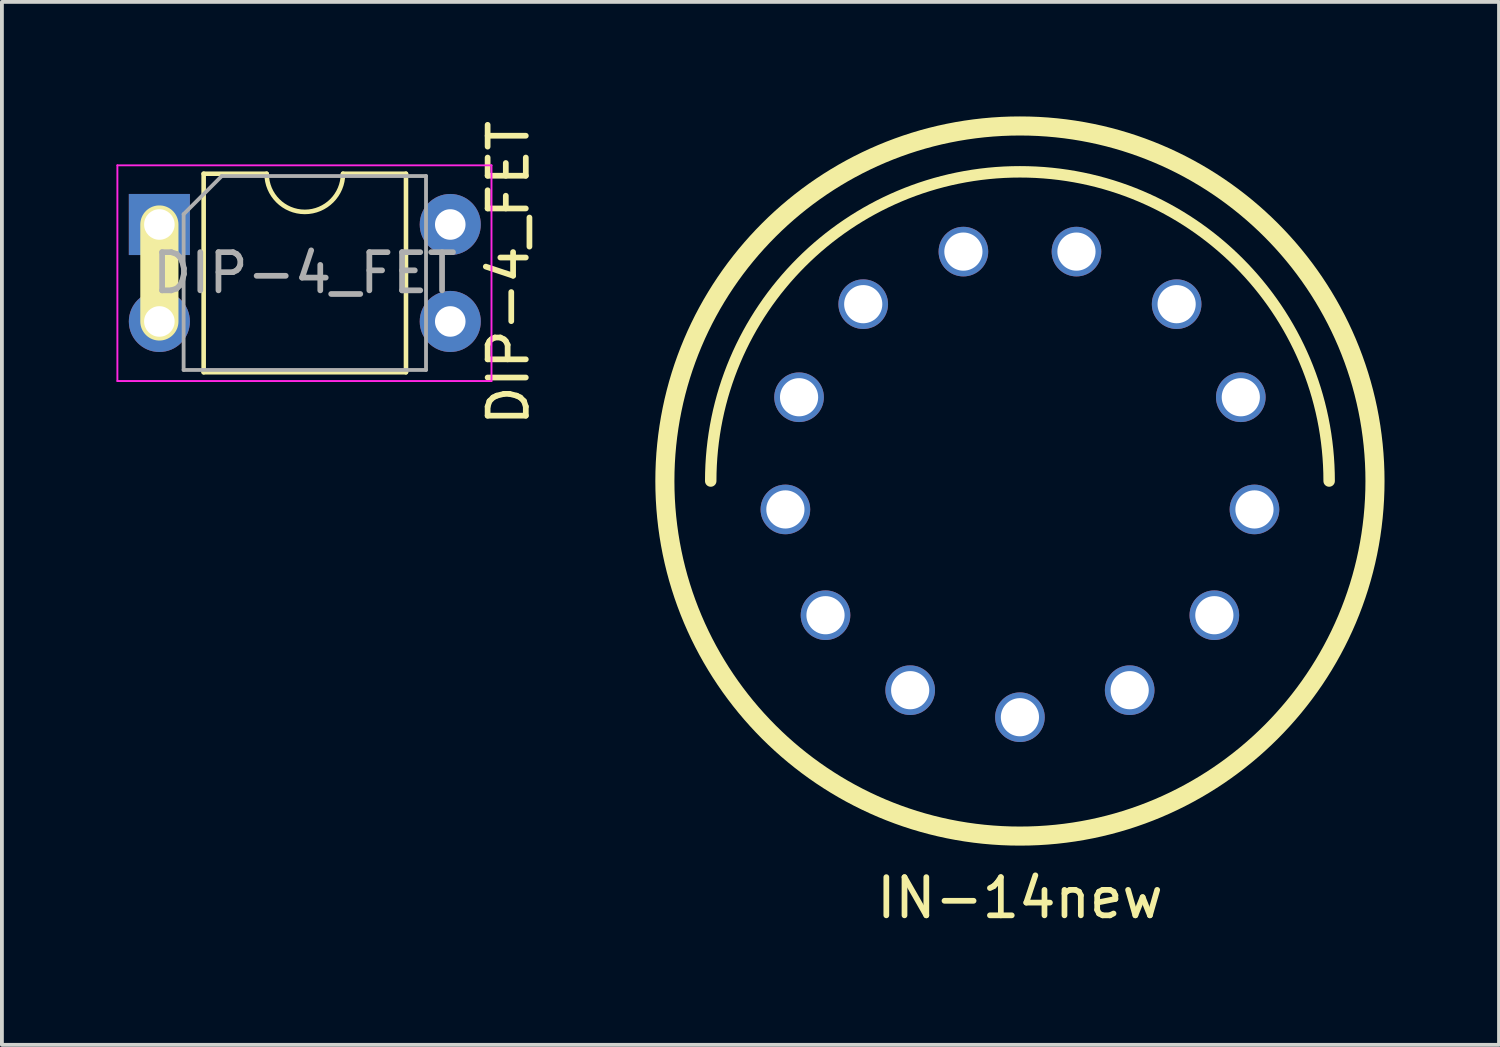
<source format=kicad_pcb>
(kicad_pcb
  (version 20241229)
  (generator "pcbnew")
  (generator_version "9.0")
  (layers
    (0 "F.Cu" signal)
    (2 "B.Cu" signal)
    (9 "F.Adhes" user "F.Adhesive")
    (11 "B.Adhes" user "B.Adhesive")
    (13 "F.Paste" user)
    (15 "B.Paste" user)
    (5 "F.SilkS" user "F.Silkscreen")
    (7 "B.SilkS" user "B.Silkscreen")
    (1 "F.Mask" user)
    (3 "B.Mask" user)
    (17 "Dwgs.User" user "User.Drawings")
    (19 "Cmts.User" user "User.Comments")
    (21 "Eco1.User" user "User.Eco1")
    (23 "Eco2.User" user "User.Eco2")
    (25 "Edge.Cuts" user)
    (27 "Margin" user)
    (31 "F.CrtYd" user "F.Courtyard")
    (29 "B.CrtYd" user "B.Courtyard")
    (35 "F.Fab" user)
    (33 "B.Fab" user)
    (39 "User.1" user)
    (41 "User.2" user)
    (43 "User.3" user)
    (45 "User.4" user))
  (footprint "DIP-4_FET"
    (layer "F.Cu")
    (at 1.125 2.831)
    (property "Reference" "DIP-4_FET" (at 9.144 1.27 270) (layer "F.SilkS") (effects (font (size 1 1) (thickness 0.15))))
    (attr through_hole)
    (fp_line (start 0 0) (end 0 2.54) (stroke (width 1) (type solid)) (layer "F.SilkS"))
    (fp_line (start 1.16 -1.33) (end 1.16 3.87) (stroke (width 0.12) (type solid)) (layer "F.SilkS"))
    (fp_line (start 1.16 3.87) (end 6.46 3.87) (stroke (width 0.12) (type solid)) (layer "F.SilkS"))
    (fp_line (start 2.81 -1.33) (end 1.16 -1.33) (stroke (width 0.12) (type solid)) (layer "F.SilkS"))
    (fp_line (start 6.46 -1.33) (end 4.81 -1.33) (stroke (width 0.12) (type solid)) (layer "F.SilkS"))
    (fp_line (start 6.46 3.87) (end 6.46 -1.33) (stroke (width 0.12) (type solid)) (layer "F.SilkS"))
    (fp_arc (start 4.81 -1.33) (mid 3.81 -0.33) (end 2.81 -1.33) (stroke (width 0.12) (type solid)) (layer "F.SilkS"))
    (fp_line (start -1.1 -1.55) (end -1.1 4.1) (stroke (width 0.05) (type solid)) (layer "F.CrtYd"))
    (fp_line (start -1.1 4.1) (end 8.7 4.1) (stroke (width 0.05) (type solid)) (layer "F.CrtYd"))
    (fp_line (start 8.7 -1.55) (end -1.1 -1.55) (stroke (width 0.05) (type solid)) (layer "F.CrtYd"))
    (fp_line (start 8.7 4.1) (end 8.7 -1.55) (stroke (width 0.05) (type solid)) (layer "F.CrtYd"))
    (fp_line (start 0.635 -0.27) (end 1.635 -1.27) (stroke (width 0.1) (type solid)) (layer "F.Fab"))
    (fp_line (start 0.635 3.81) (end 0.635 -0.27) (stroke (width 0.1) (type solid)) (layer "F.Fab"))
    (fp_line (start 1.635 -1.27) (end 6.985 -1.27) (stroke (width 0.1) (type solid)) (layer "F.Fab"))
    (fp_line (start 6.985 -1.27) (end 6.985 3.81) (stroke (width 0.1) (type solid)) (layer "F.Fab"))
    (fp_line (start 6.985 3.81) (end 0.635 3.81) (stroke (width 0.1) (type solid)) (layer "F.Fab"))
    (fp_text user "${REFERENCE}" (at 3.81 1.27 0) (layer "F.Fab") (effects (font (size 1 1) (thickness 0.15))))
    (pad "1" thru_hole oval (at 7.62 2.54) (size 1.6 1.6) (drill 0.8) (layers "*.Cu" "*.Mask"))
    (pad "2" thru_hole rect (at 0 0) (size 1.6 1.6) (drill 0.8) (layers "*.Cu" "*.Mask"))
    (pad "2" thru_hole oval (at 0 2.54) (size 1.6 1.6) (drill 0.8) (layers "*.Cu" "*.Mask"))
    (pad "3" thru_hole oval (at 7.62 0) (size 1.6 1.6) (drill 0.8) (layers "*.Cu" "*.Mask")))
  (footprint "IN-14new"
    (layer "F.Cu")
    (at 23.668 9.551)
    (property "Reference" "IN-14new" (at 0 10.922 180) (layer "F.SilkS") (effects (font (size 1 1) (thickness 0.15))))
    (attr exclude_from_pos_files exclude_from_bom)
    (fp_arc (start -8.1 0) (mid 0 -8.1) (end 8.1 0) (stroke (width 0.3) (type solid)) (layer "F.SilkS"))
    (fp_circle (center 0 0) (end 9.301 0) (stroke (width 0.5) (type solid)) (fill no) (layer "F.SilkS"))
    (pad "0" thru_hole circle (at -5.093 3.515) (size 1.3 1.3) (drill 1) (layers "*.Cu" "*.Mask"))
    (pad "1" thru_hole circle (at 5.093 3.515) (size 1.3 1.3) (drill 1) (layers "*.Cu" "*.Mask"))
    (pad "2" thru_hole circle (at 6.144 0.744) (size 1.3 1.3) (drill 1) (layers "*.Cu" "*.Mask"))
    (pad "3" thru_hole circle (at 5.786 -2.195) (size 1.3 1.3) (drill 1) (layers "*.Cu" "*.Mask"))
    (pad "4" thru_hole circle (at 4.105 -4.633) (size 1.3 1.3) (drill 1) (layers "*.Cu" "*.Mask"))
    (pad "5" thru_hole circle (at 1.481 -6.01) (size 1.3 1.3) (drill 1) (layers "*.Cu" "*.Mask"))
    (pad "6" thru_hole circle (at -1.481 -6.01) (size 1.3 1.3) (drill 1) (layers "*.Cu" "*.Mask"))
    (pad "7" thru_hole circle (at -4.105 -4.633) (size 1.3 1.3) (drill 1) (layers "*.Cu" "*.Mask"))
    (pad "8" thru_hole circle (at -5.786 -2.195) (size 1.3 1.3) (drill 1) (layers "*.Cu" "*.Mask"))
    (pad "9" thru_hole circle (at -6.144 0.744) (size 1.3 1.3) (drill 1) (layers "*.Cu" "*.Mask"))
    (pad "A" thru_hole circle (at 0 6.187) (size 1.3 1.3) (drill 1) (layers "*.Cu" "*.Mask"))
    (pad "LHDP" thru_hole circle (at -2.875 5.479) (size 1.3 1.3) (drill 1) (layers "*.Cu" "*.Mask"))
    (pad "RHDP" thru_hole circle (at 2.875 5.479) (size 1.3 1.3) (drill 1) (layers "*.Cu" "*.Mask")))
  (gr_rect
    (start -3 -3)
    (end 36.218 24.321)
    (stroke (width 0.1) (type default))
    (fill no)
    (layer "Edge.Cuts")))
</source>
